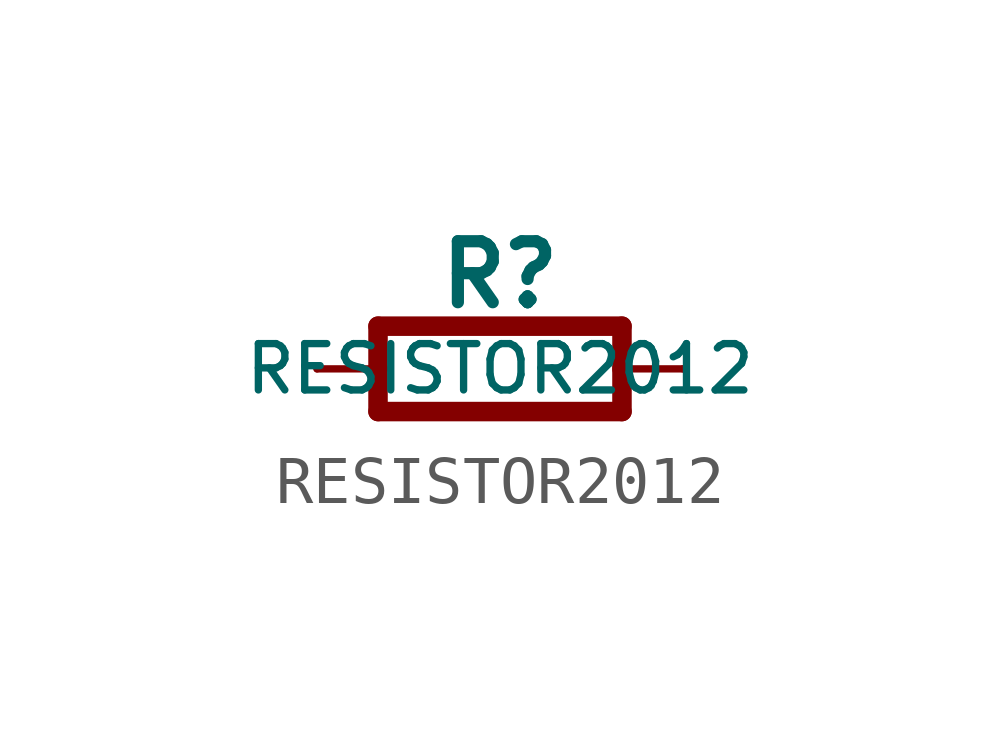
<source format=kicad_sym>
(kicad_symbol_lib
  (version 20211014)
  (generator kicad_symbol_editor)
  (symbol "RESISTOR2012"
    (property "Reference" "R"
      (at 1.27 1.219 0)
      (effects (font (size 1.27 1.27) bold) (justify bottom)))
    (property "Value" "RESISTOR2012"
      (at 1.27 0 0)
      (effects (font (size 0.965 0.965))))
    (property "ki_locked" ""
      (at 0 0 0)
      (effects (font (size 1.27 1.27))))
    (symbol "RESISTOR2012_1_0"
      (polyline (pts (xy -1.27 -0.889) (xy -1.27 0)) (stroke (width 0.406) (type default) (color 0 0 0 0)) (fill (type none)))
      (polyline (pts (xy -1.27 -0.889) (xy 3.81 -0.889)) (stroke (width 0.406) (type default) (color 0 0 0 0)) (fill (type none)))
      (polyline (pts (xy -1.27 0) (xy -2.54 0)) (stroke (width 0.152) (type default) (color 0 0 0 0)) (fill (type none)))
      (polyline (pts (xy -1.27 0) (xy -1.27 0.889)) (stroke (width 0.406) (type default) (color 0 0 0 0)) (fill (type none)))
      (polyline (pts (xy 3.81 -0.889) (xy 3.81 0)) (stroke (width 0.406) (type default) (color 0 0 0 0)) (fill (type none)))
      (polyline (pts (xy 3.81 0) (xy 3.81 0.889)) (stroke (width 0.406) (type default) (color 0 0 0 0)) (fill (type none)))
      (polyline (pts (xy 3.81 0) (xy 5.08 0)) (stroke (width 0.152) (type default) (color 0 0 0 0)) (fill (type none)))
      (polyline (pts (xy 3.81 0.889) (xy -1.27 0.889)) (stroke (width 0.406) (type default) (color 0 0 0 0)) (fill (type none)))
      (pin passive line (at -2.54 0 0) (length 0) (name "1" (effects (font (size 0 0)))) (number "1" (effects (font (size 0 0)))))
      (pin passive line (at 5.08 0 180) (length 0) (name "2" (effects (font (size 0 0)))) (number "2" (effects (font (size 0 0))))))))
</source>
